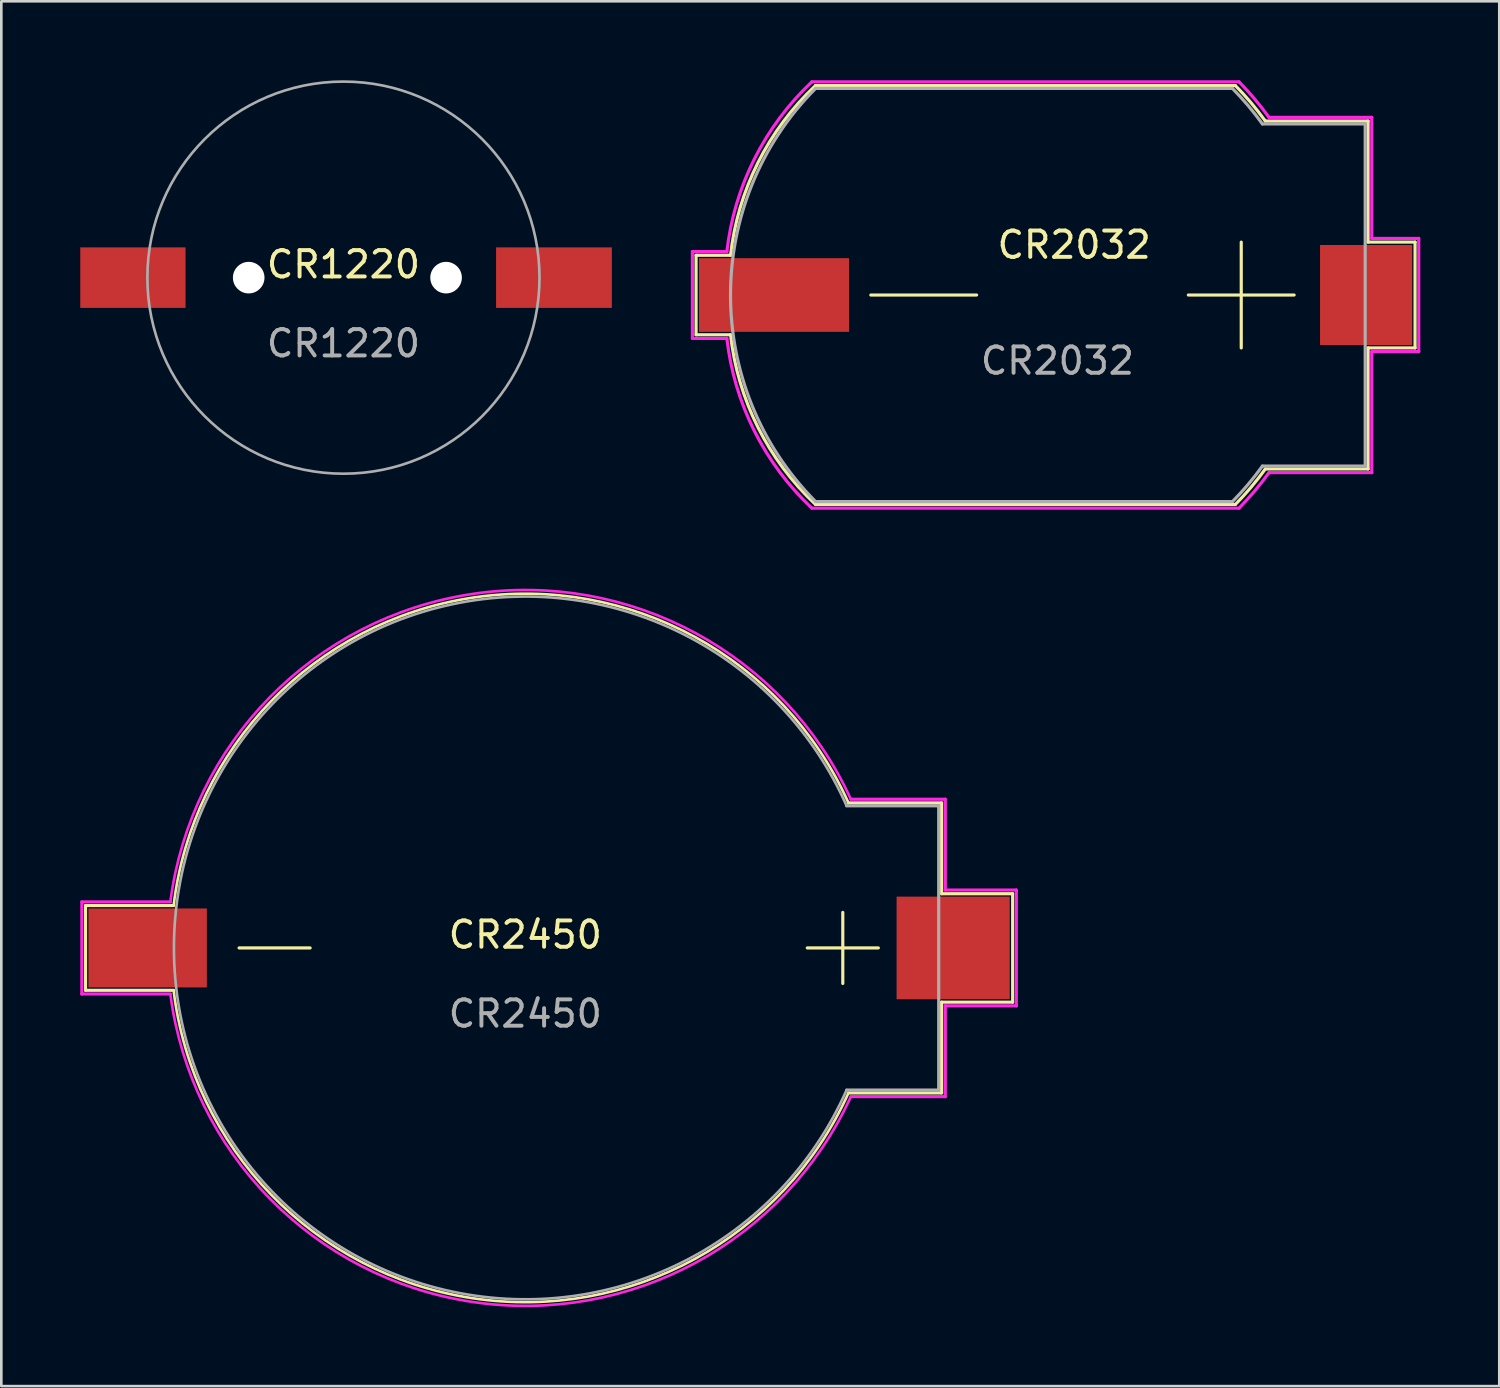
<source format=kicad_pcb>
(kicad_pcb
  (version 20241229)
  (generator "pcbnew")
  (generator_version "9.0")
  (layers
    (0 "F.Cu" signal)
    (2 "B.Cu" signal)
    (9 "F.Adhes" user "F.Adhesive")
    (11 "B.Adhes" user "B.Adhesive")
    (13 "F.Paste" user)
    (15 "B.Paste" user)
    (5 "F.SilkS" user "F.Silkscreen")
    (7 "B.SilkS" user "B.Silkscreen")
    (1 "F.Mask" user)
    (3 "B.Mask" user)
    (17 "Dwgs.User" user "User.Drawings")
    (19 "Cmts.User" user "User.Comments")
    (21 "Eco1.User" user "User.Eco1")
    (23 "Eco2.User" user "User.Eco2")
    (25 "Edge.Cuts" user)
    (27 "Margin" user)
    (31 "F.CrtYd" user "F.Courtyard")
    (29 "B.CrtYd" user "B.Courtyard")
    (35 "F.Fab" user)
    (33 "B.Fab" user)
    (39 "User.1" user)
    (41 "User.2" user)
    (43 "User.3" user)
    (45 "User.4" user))
  (footprint "CR2450"
    (layer "F.Cu")
    (at 16.91 32.97)
    (property "Reference" "CR2450" (at 0 -0.5 0) (unlocked yes) (layer "F.SilkS") (effects (font (size 1 1) (thickness 0.15))))
    (attr smd)
    (fp_line (start -16.71 -1.61) (end -16.71 1.61) (stroke (width 0.12) (type solid)) (layer "F.SilkS"))
    (fp_line (start -16.71 -1.61) (end -13.363 -1.61) (stroke (width 0.12) (type solid)) (layer "F.SilkS"))
    (fp_line (start -16.71 1.61) (end -13.363 1.61) (stroke (width 0.12) (type solid)) (layer "F.SilkS"))
    (fp_line (start -10.875 0) (end -8.175 0) (stroke (width 0.12) (type solid)) (layer "F.SilkS"))
    (fp_line (start 10.715 0) (end 13.415 0) (stroke (width 0.12) (type solid)) (layer "F.SilkS"))
    (fp_line (start 12.065 -1.35) (end 12.065 1.35) (stroke (width 0.12) (type solid)) (layer "F.SilkS"))
    (fp_line (start 12.281 -5.51) (end 15.819 -5.51) (stroke (width 0.12) (type solid)) (layer "F.SilkS"))
    (fp_line (start 12.281 5.51) (end 15.819 5.51) (stroke (width 0.12) (type solid)) (layer "F.SilkS"))
    (fp_line (start 15.819 -5.51) (end 15.819 -2.06) (stroke (width 0.12) (type solid)) (layer "F.SilkS"))
    (fp_line (start 15.819 -2.06) (end 18.519 -2.06) (stroke (width 0.12) (type solid)) (layer "F.SilkS"))
    (fp_line (start 15.819 2.06) (end 15.819 5.51) (stroke (width 0.12) (type solid)) (layer "F.SilkS"))
    (fp_line (start 15.819 2.06) (end 18.519 2.06) (stroke (width 0.12) (type solid)) (layer "F.SilkS"))
    (fp_line (start 18.519 -2.06) (end 18.519 2.06) (stroke (width 0.12) (type solid)) (layer "F.SilkS"))
    (fp_arc (start -13.363 -1.61) (mid -2.023345 -13.306984) (end 12.281 -5.51) (stroke (width 0.1) (type solid)) (layer "F.SilkS"))
    (fp_arc (start 12.280364 5.51) (mid -2.023662 13.306742) (end -13.363 1.61) (stroke (width 0.1) (type solid)) (layer "F.SilkS"))
    (fp_line (start -16.85 -1.75) (end -16.85 1.75) (stroke (width 0.12) (type solid)) (layer "F.CrtYd"))
    (fp_line (start -16.85 -1.75) (end -13.487 -1.75) (stroke (width 0.12) (type solid)) (layer "F.CrtYd"))
    (fp_line (start -16.85 1.75) (end -13.487 1.75) (stroke (width 0.12) (type solid)) (layer "F.CrtYd"))
    (fp_line (start 12.371 -5.65) (end 15.959 -5.65) (stroke (width 0.12) (type solid)) (layer "F.CrtYd"))
    (fp_line (start 12.371 5.65) (end 15.959 5.65) (stroke (width 0.12) (type solid)) (layer "F.CrtYd"))
    (fp_line (start 15.959 -5.65) (end 15.959 -2.2) (stroke (width 0.12) (type solid)) (layer "F.CrtYd"))
    (fp_line (start 15.959 -2.2) (end 18.659 -2.2) (stroke (width 0.12) (type solid)) (layer "F.CrtYd"))
    (fp_line (start 15.959 2.2) (end 15.959 5.65) (stroke (width 0.12) (type solid)) (layer "F.CrtYd"))
    (fp_line (start 15.959 2.2) (end 18.659 2.2) (stroke (width 0.12) (type solid)) (layer "F.CrtYd"))
    (fp_line (start 18.659 -2.2) (end 18.659 2.2) (stroke (width 0.12) (type solid)) (layer "F.CrtYd"))
    (fp_arc (start -13.487 -1.75) (mid -2.028231 -13.448008) (end 12.371 -5.65) (stroke (width 0.1) (type solid)) (layer "F.CrtYd"))
    (fp_arc (start 12.371 5.65) (mid -2.028231 13.448008) (end -13.487 1.75) (stroke (width 0.1) (type solid)) (layer "F.CrtYd"))
    (fp_line (start 12.209 -5.4) (end 15.709 -5.4) (stroke (width 0.12) (type solid)) (layer "F.Fab"))
    (fp_line (start 12.209 5.4) (end 15.709 5.4) (stroke (width 0.12) (type solid)) (layer "F.Fab"))
    (fp_line (start 15.709 -5.4) (end 15.709 5.4) (stroke (width 0.12) (type solid)) (layer "F.Fab"))
    (fp_arc (start 12.209 5.4) (mid -13.350609 0) (end 12.209 -5.4) (stroke (width 0.1) (type solid)) (layer "F.Fab"))
    (fp_text user "${REFERENCE}" (at 0 2.5 0) (unlocked yes) (layer "F.Fab") (effects (font (size 1 1) (thickness 0.15))))
    (pad "1" smd rect (at 16.259 0) (size 4.3 3.9) (layers "F.Cu" "F.Mask" "F.Paste"))
    (pad "2" smd rect (at -14.35 0) (size 4.5 3) (layers "F.Cu" "F.Mask" "F.Paste")))
  (footprint "CR2032"
    (layer "F.Cu")
    (at 35.86 8.16)
    (property "Reference" "CR2032" (at 1.905 -1.905 0) (unlocked yes) (layer "F.SilkS") (effects (font (size 1 1) (thickness 0.15))))
    (attr smd)
    (fp_line (start -12.46 -1.51) (end -12.46 1.51) (stroke (width 0.12) (type solid)) (layer "F.SilkS"))
    (fp_line (start -12.46 -1.51) (end -11.15 -1.51) (stroke (width 0.12) (type solid)) (layer "F.SilkS"))
    (fp_line (start -12.46 1.51) (end -11.15 1.51) (stroke (width 0.12) (type solid)) (layer "F.SilkS"))
    (fp_line (start -7.92 -7.96) (end 8.03 -7.96) (stroke (width 0.12) (type solid)) (layer "F.SilkS"))
    (fp_line (start -7.92 7.96) (end 8.03 7.96) (stroke (width 0.12) (type solid)) (layer "F.SilkS"))
    (fp_line (start -1.8 0) (end -5.82 0) (stroke (width 0.12) (type solid)) (layer "F.SilkS"))
    (fp_line (start 8.255 -2.01) (end 8.255 2.01) (stroke (width 0.12) (type solid)) (layer "F.SilkS"))
    (fp_line (start 9.17 -6.61) (end 13.075 -6.61) (stroke (width 0.12) (type solid)) (layer "F.SilkS"))
    (fp_line (start 9.17 6.61) (end 13.075 6.61) (stroke (width 0.12) (type solid)) (layer "F.SilkS"))
    (fp_line (start 10.265 0) (end 6.245 0) (stroke (width 0.12) (type solid)) (layer "F.SilkS"))
    (fp_line (start 13.075 -6.61) (end 13.075 -2.01) (stroke (width 0.12) (type solid)) (layer "F.SilkS"))
    (fp_line (start 13.075 -2.01) (end 14.86 -2.01) (stroke (width 0.12) (type solid)) (layer "F.SilkS"))
    (fp_line (start 13.075 2.01) (end 13.075 6.61) (stroke (width 0.12) (type solid)) (layer "F.SilkS"))
    (fp_line (start 13.075 2.01) (end 14.86 2.01) (stroke (width 0.12) (type solid)) (layer "F.SilkS"))
    (fp_line (start 14.86 -2.01) (end 14.86 2.01) (stroke (width 0.12) (type solid)) (layer "F.SilkS"))
    (fp_arc (start -11.15 -1.51) (mid -10.110912 -5.023402) (end -7.92 -7.96) (stroke (width 0.12) (type solid)) (layer "F.SilkS"))
    (fp_arc (start -7.92 7.96) (mid -10.110912 5.023402) (end -11.15 1.51) (stroke (width 0.12) (type solid)) (layer "F.SilkS"))
    (fp_arc (start 8.03 -7.96) (mid 8.626226 -7.307146) (end 9.17 -6.61) (stroke (width 0.12) (type solid)) (layer "F.SilkS"))
    (fp_arc (start 9.17 6.61) (mid 8.626226 7.307146) (end 8.03 7.96) (stroke (width 0.12) (type solid)) (layer "F.SilkS"))
    (fp_line (start -12.6 -1.65) (end -12.6 1.65) (stroke (width 0.12) (type solid)) (layer "F.CrtYd"))
    (fp_line (start -12.6 -1.65) (end -11.29 -1.65) (stroke (width 0.12) (type solid)) (layer "F.CrtYd"))
    (fp_line (start -12.6 1.65) (end -11.29 1.65) (stroke (width 0.12) (type solid)) (layer "F.CrtYd"))
    (fp_line (start -8.06 -8.1) (end 8.17 -8.1) (stroke (width 0.12) (type solid)) (layer "F.CrtYd"))
    (fp_line (start -8.06 8.1) (end 8.17 8.1) (stroke (width 0.12) (type solid)) (layer "F.CrtYd"))
    (fp_line (start 9.31 -6.75) (end 13.215 -6.75) (stroke (width 0.12) (type solid)) (layer "F.CrtYd"))
    (fp_line (start 9.31 6.75) (end 13.215 6.75) (stroke (width 0.12) (type solid)) (layer "F.CrtYd"))
    (fp_line (start 13.215 -6.75) (end 13.215 -2.15) (stroke (width 0.12) (type solid)) (layer "F.CrtYd"))
    (fp_line (start 13.215 -2.15) (end 15 -2.15) (stroke (width 0.12) (type solid)) (layer "F.CrtYd"))
    (fp_line (start 13.215 2.15) (end 13.215 6.75) (stroke (width 0.12) (type solid)) (layer "F.CrtYd"))
    (fp_line (start 13.215 2.15) (end 15 2.15) (stroke (width 0.12) (type solid)) (layer "F.CrtYd"))
    (fp_line (start 15 -2.15) (end 15 2.15) (stroke (width 0.12) (type solid)) (layer "F.CrtYd"))
    (fp_arc (start -11.29 -1.65) (mid -10.248008 -5.161948) (end -8.06 -8.1) (stroke (width 0.12) (type solid)) (layer "F.CrtYd"))
    (fp_arc (start -8.06 8.1) (mid -10.248008 5.161948) (end -11.29 1.65) (stroke (width 0.12) (type solid)) (layer "F.CrtYd"))
    (fp_arc (start 8.17 -8.1) (mid 8.765636 -7.446648) (end 9.31 -6.75) (stroke (width 0.12) (type solid)) (layer "F.CrtYd"))
    (fp_arc (start 9.31 6.75) (mid 8.765636 7.446648) (end 8.17 8.1) (stroke (width 0.12) (type solid)) (layer "F.CrtYd"))
    (fp_line (start -7.92 -7.85) (end 7.92 -7.85) (stroke (width 0.12) (type solid)) (layer "F.Fab"))
    (fp_line (start -7.92 7.85) (end 7.92 7.85) (stroke (width 0.12) (type solid)) (layer "F.Fab"))
    (fp_line (start 9.06 -6.5) (end 12.965 -6.5) (stroke (width 0.12) (type solid)) (layer "F.Fab"))
    (fp_line (start 9.06 6.5) (end 12.965 6.5) (stroke (width 0.12) (type solid)) (layer "F.Fab"))
    (fp_line (start 12.965 -6.5) (end 12.965 6.5) (stroke (width 0.12) (type solid)) (layer "F.Fab"))
    (fp_arc (start -7.92 7.85) (mid -11.15153 0) (end -7.92 -7.85) (stroke (width 0.12) (type solid)) (layer "F.Fab"))
    (fp_arc (start 7.92 -7.85) (mid 8.516226 -7.197146) (end 9.06 -6.5) (stroke (width 0.12) (type solid)) (layer "F.Fab"))
    (fp_arc (start 9.06 6.5) (mid 8.516226 7.197146) (end 7.92 7.85) (stroke (width 0.12) (type solid)) (layer "F.Fab"))
    (fp_text user "${REFERENCE}" (at 1.27 2.5 0) (unlocked yes) (layer "F.Fab") (effects (font (size 1 1) (thickness 0.15))))
    (pad "1" smd rect (at 13 0) (size 3.5 3.8) (layers "F.Cu" "F.Mask" "F.Paste"))
    (pad "2" smd rect (at -9.5 0) (size 5.7 2.8) (layers "F.Cu" "F.Mask" "F.Paste")))
  (footprint "CR1220"
    (layer "F.Cu")
    (at 10 7.5)
    (property "Reference" "CR1220" (at 0 -0.5 0) (unlocked yes) (layer "F.SilkS") (effects (font (size 1 1) (thickness 0.15))))
    (attr smd)
    (fp_circle (center 0 0) (end 7.45 0) (stroke (width 0.1) (type solid)) (fill no) (layer "F.Fab"))
    (fp_text user "${REFERENCE}" (at 0 2.5 0) (unlocked yes) (layer "F.Fab") (effects (font (size 1 1) (thickness 0.15))))
    (pad "" np_thru_hole circle (at -3.6 0) (size 1.2 1.2) (drill 1.2) (layers "*.Cu" "*.Mask"))
    (pad "" np_thru_hole circle (at 3.9 0) (size 1.2 1.2) (drill 1.2) (layers "*.Cu" "*.Mask"))
    (pad "1" smd rect (at 8 0) (size 4.4 2.3) (layers "F.Cu" "F.Mask" "F.Paste"))
    (pad "2" smd rect (at -8 0) (size 4 2.3) (layers "F.Cu" "F.Mask" "F.Paste")))
  (gr_rect
    (start -3 -3)
    (end 53.92 49.62)
    (stroke (width 0.1) (type default))
    (fill no)
    (layer "Edge.Cuts")))
</source>
